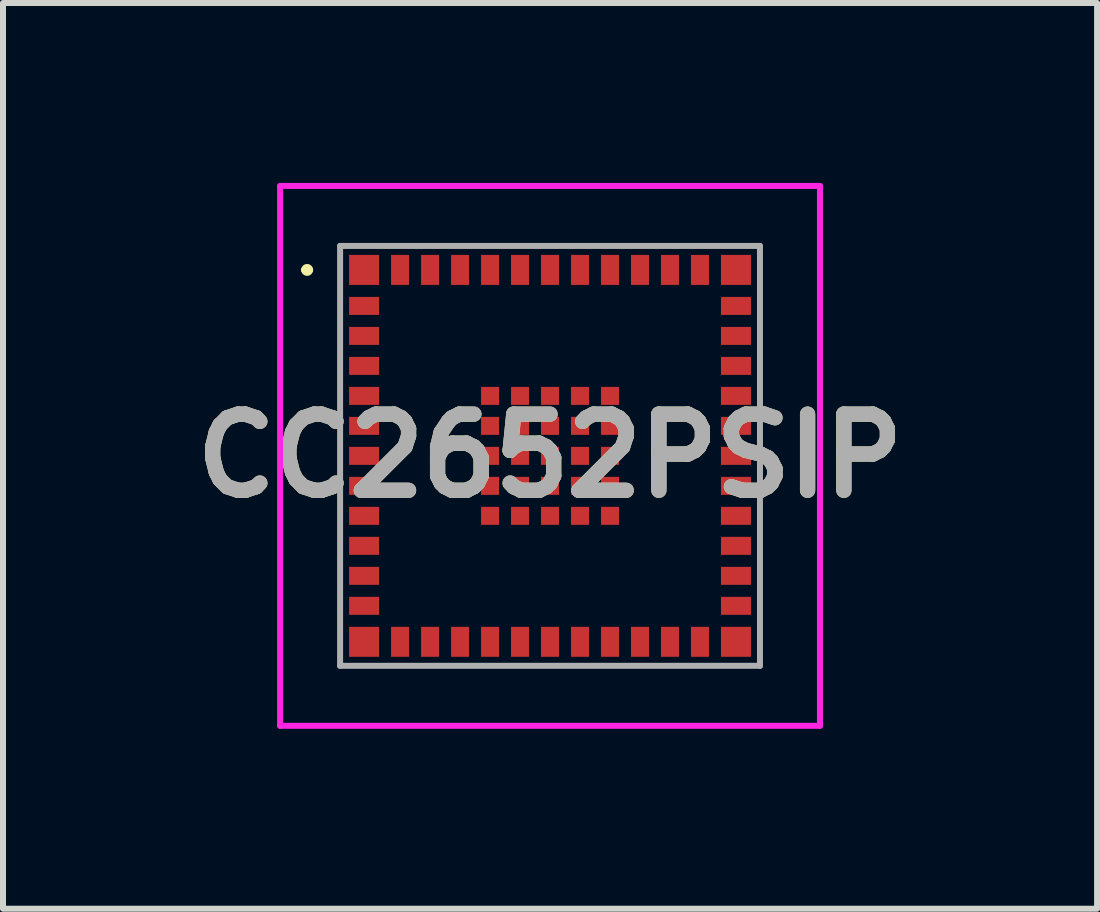
<source format=kicad_pcb>
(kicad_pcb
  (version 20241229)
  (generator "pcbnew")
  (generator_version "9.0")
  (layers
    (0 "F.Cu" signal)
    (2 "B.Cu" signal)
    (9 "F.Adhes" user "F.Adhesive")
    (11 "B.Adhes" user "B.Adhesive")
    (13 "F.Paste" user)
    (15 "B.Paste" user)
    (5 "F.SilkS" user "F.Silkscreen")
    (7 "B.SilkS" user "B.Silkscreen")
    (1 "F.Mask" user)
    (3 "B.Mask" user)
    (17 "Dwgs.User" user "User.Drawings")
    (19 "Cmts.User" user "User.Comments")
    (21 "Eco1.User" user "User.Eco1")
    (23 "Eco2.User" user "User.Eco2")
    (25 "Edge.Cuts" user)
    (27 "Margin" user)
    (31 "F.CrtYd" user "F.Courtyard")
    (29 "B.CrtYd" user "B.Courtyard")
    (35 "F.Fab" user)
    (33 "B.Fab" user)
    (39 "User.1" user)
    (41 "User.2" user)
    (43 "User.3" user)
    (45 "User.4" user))
  (footprint "CC2652PSIP"
    (layer "F.Cu")
    (at 6.12 4.55)
    (property "Reference" "CC2652PSIP" (at 0 0 0) (layer "F.SilkS") (effects (font (size 1.27 1.27) (thickness 0.254))))
    (attr smd)
    (fp_line (start -4.1 -3.1) (end -4.1 -3.1) (stroke (width 0.1) (type solid)) (layer "F.SilkS"))
    (fp_line (start -4 -3.1) (end -4 -3.1) (stroke (width 0.1) (type solid)) (layer "F.SilkS"))
    (fp_arc (start -4.1 -3.1) (mid -4.05 -3.15) (end -4 -3.1) (stroke (width 0.1) (type solid)) (layer "F.SilkS"))
    (fp_arc (start -4 -3.1) (mid -4.05 -3.05) (end -4.1 -3.1) (stroke (width 0.1) (type solid)) (layer "F.SilkS"))
    (fp_line (start -4.5 -4.5) (end 4.5 -4.5) (stroke (width 0.1) (type solid)) (layer "F.CrtYd"))
    (fp_line (start -4.5 4.5) (end -4.5 -4.5) (stroke (width 0.1) (type solid)) (layer "F.CrtYd"))
    (fp_line (start 4.5 -4.5) (end 4.5 4.5) (stroke (width 0.1) (type solid)) (layer "F.CrtYd"))
    (fp_line (start 4.5 4.5) (end -4.5 4.5) (stroke (width 0.1) (type solid)) (layer "F.CrtYd"))
    (fp_line (start -3.5 -3.5) (end 3.5 -3.5) (stroke (width 0.1) (type solid)) (layer "F.Fab"))
    (fp_line (start -3.5 3.5) (end -3.5 -3.5) (stroke (width 0.1) (type solid)) (layer "F.Fab"))
    (fp_line (start 3.5 -3.5) (end 3.5 3.5) (stroke (width 0.1) (type solid)) (layer "F.Fab"))
    (fp_line (start 3.5 3.5) (end -3.5 3.5) (stroke (width 0.1) (type solid)) (layer "F.Fab"))
    (fp_text user "${REFERENCE}" (at 0 0 0) (layer "F.Fab") (effects (font (size 1.27 1.27) (thickness 0.254))))
    (pad "1" smd rect (at -3.1 -3.1 90) (size 0.5 0.5) (layers "F.Cu" "F.Mask" "F.Paste"))
    (pad "2" smd rect (at -3.1 -2.5 90) (size 0.3 0.5) (layers "F.Cu" "F.Mask" "F.Paste"))
    (pad "3" smd rect (at -3.1 -2 90) (size 0.3 0.5) (layers "F.Cu" "F.Mask" "F.Paste"))
    (pad "4" smd rect (at -3.1 -1.5 90) (size 0.3 0.5) (layers "F.Cu" "F.Mask" "F.Paste"))
    (pad "5" smd rect (at -3.1 -1 90) (size 0.3 0.5) (layers "F.Cu" "F.Mask" "F.Paste"))
    (pad "6" smd rect (at -3.1 -0.5 90) (size 0.3 0.5) (layers "F.Cu" "F.Mask" "F.Paste"))
    (pad "7" smd rect (at -3.1 0 90) (size 0.3 0.5) (layers "F.Cu" "F.Mask" "F.Paste"))
    (pad "8" smd rect (at -3.1 0.5 90) (size 0.3 0.5) (layers "F.Cu" "F.Mask" "F.Paste"))
    (pad "9" smd rect (at -3.1 1 90) (size 0.3 0.5) (layers "F.Cu" "F.Mask" "F.Paste"))
    (pad "10" smd rect (at -3.1 1.5 90) (size 0.3 0.5) (layers "F.Cu" "F.Mask" "F.Paste"))
    (pad "11" smd rect (at -3.1 2 90) (size 0.3 0.5) (layers "F.Cu" "F.Mask" "F.Paste"))
    (pad "12" smd rect (at -3.1 2.5 90) (size 0.3 0.5) (layers "F.Cu" "F.Mask" "F.Paste"))
    (pad "13" smd rect (at -3.1 3.1 90) (size 0.5 0.5) (layers "F.Cu" "F.Mask" "F.Paste"))
    (pad "14" smd rect (at -2.5 3.1) (size 0.3 0.5) (layers "F.Cu" "F.Mask" "F.Paste"))
    (pad "15" smd rect (at -2 3.1) (size 0.3 0.5) (layers "F.Cu" "F.Mask" "F.Paste"))
    (pad "16" smd rect (at -1.5 3.1) (size 0.3 0.5) (layers "F.Cu" "F.Mask" "F.Paste"))
    (pad "17" smd rect (at -1 3.1) (size 0.3 0.5) (layers "F.Cu" "F.Mask" "F.Paste"))
    (pad "18" smd rect (at -0.5 3.1) (size 0.3 0.5) (layers "F.Cu" "F.Mask" "F.Paste"))
    (pad "19" smd rect (at 0 3.1) (size 0.3 0.5) (layers "F.Cu" "F.Mask" "F.Paste"))
    (pad "20" smd rect (at 0.5 3.1) (size 0.3 0.5) (layers "F.Cu" "F.Mask" "F.Paste"))
    (pad "21" smd rect (at 1 3.1) (size 0.3 0.5) (layers "F.Cu" "F.Mask" "F.Paste"))
    (pad "22" smd rect (at 1.5 3.1) (size 0.3 0.5) (layers "F.Cu" "F.Mask" "F.Paste"))
    (pad "23" smd rect (at 2 3.1) (size 0.3 0.5) (layers "F.Cu" "F.Mask" "F.Paste"))
    (pad "24" smd rect (at 2.5 3.1) (size 0.3 0.5) (layers "F.Cu" "F.Mask" "F.Paste"))
    (pad "25" smd rect (at 3.1 3.1 90) (size 0.5 0.5) (layers "F.Cu" "F.Mask" "F.Paste"))
    (pad "26" smd rect (at 3.1 2.5 90) (size 0.3 0.5) (layers "F.Cu" "F.Mask" "F.Paste"))
    (pad "27" smd rect (at 3.1 2 90) (size 0.3 0.5) (layers "F.Cu" "F.Mask" "F.Paste"))
    (pad "28" smd rect (at 3.1 1.5 90) (size 0.3 0.5) (layers "F.Cu" "F.Mask" "F.Paste"))
    (pad "29" smd rect (at 3.1 1 90) (size 0.3 0.5) (layers "F.Cu" "F.Mask" "F.Paste"))
    (pad "30" smd rect (at 3.1 0.5 90) (size 0.3 0.5) (layers "F.Cu" "F.Mask" "F.Paste"))
    (pad "31" smd rect (at 3.1 0 90) (size 0.3 0.5) (layers "F.Cu" "F.Mask" "F.Paste"))
    (pad "32" smd rect (at 3.1 -0.5 90) (size 0.3 0.5) (layers "F.Cu" "F.Mask" "F.Paste"))
    (pad "33" smd rect (at 3.1 -1 90) (size 0.3 0.5) (layers "F.Cu" "F.Mask" "F.Paste"))
    (pad "34" smd rect (at 3.1 -1.5 90) (size 0.3 0.5) (layers "F.Cu" "F.Mask" "F.Paste"))
    (pad "35" smd rect (at 3.1 -2 90) (size 0.3 0.5) (layers "F.Cu" "F.Mask" "F.Paste"))
    (pad "36" smd rect (at 3.1 -2.5 90) (size 0.3 0.5) (layers "F.Cu" "F.Mask" "F.Paste"))
    (pad "37" smd rect (at 3.1 -3.1 90) (size 0.5 0.5) (layers "F.Cu" "F.Mask" "F.Paste"))
    (pad "38" smd rect (at 2.5 -3.1) (size 0.3 0.5) (layers "F.Cu" "F.Mask" "F.Paste"))
    (pad "39" smd rect (at 2 -3.1) (size 0.3 0.5) (layers "F.Cu" "F.Mask" "F.Paste"))
    (pad "40" smd rect (at 1.5 -3.1) (size 0.3 0.5) (layers "F.Cu" "F.Mask" "F.Paste"))
    (pad "41" smd rect (at 1 -3.1) (size 0.3 0.5) (layers "F.Cu" "F.Mask" "F.Paste"))
    (pad "42" smd rect (at 0.5 -3.1) (size 0.3 0.5) (layers "F.Cu" "F.Mask" "F.Paste"))
    (pad "43" smd rect (at 0 -3.1) (size 0.3 0.5) (layers "F.Cu" "F.Mask" "F.Paste"))
    (pad "44" smd rect (at -0.5 -3.1) (size 0.3 0.5) (layers "F.Cu" "F.Mask" "F.Paste"))
    (pad "45" smd rect (at -1 -3.1) (size 0.3 0.5) (layers "F.Cu" "F.Mask" "F.Paste"))
    (pad "46" smd rect (at -1.5 -3.1) (size 0.3 0.5) (layers "F.Cu" "F.Mask" "F.Paste"))
    (pad "47" smd rect (at -2 -3.1) (size 0.3 0.5) (layers "F.Cu" "F.Mask" "F.Paste"))
    (pad "48" smd rect (at -2.5 -3.1) (size 0.3 0.5) (layers "F.Cu" "F.Mask" "F.Paste"))
    (pad "49" smd rect (at -1 -1 90) (size 0.3 0.3) (layers "F.Cu" "F.Mask" "F.Paste"))
    (pad "50" smd rect (at -0.5 -1 90) (size 0.3 0.3) (layers "F.Cu" "F.Mask" "F.Paste"))
    (pad "51" smd rect (at 0 -1 90) (size 0.3 0.3) (layers "F.Cu" "F.Mask" "F.Paste"))
    (pad "52" smd rect (at 0.5 -1 90) (size 0.3 0.3) (layers "F.Cu" "F.Mask" "F.Paste"))
    (pad "53" smd rect (at 1 -1 90) (size 0.3 0.3) (layers "F.Cu" "F.Mask" "F.Paste"))
    (pad "54" smd rect (at -1 -0.5 90) (size 0.3 0.3) (layers "F.Cu" "F.Mask" "F.Paste"))
    (pad "55" smd rect (at -0.5 -0.5 90) (size 0.3 0.3) (layers "F.Cu" "F.Mask" "F.Paste"))
    (pad "56" smd rect (at 0 -0.5 90) (size 0.3 0.3) (layers "F.Cu" "F.Mask" "F.Paste"))
    (pad "57" smd rect (at 0.5 -0.5 90) (size 0.3 0.3) (layers "F.Cu" "F.Mask" "F.Paste"))
    (pad "58" smd rect (at 1 -0.5 90) (size 0.3 0.3) (layers "F.Cu" "F.Mask" "F.Paste"))
    (pad "59" smd rect (at -1 0 90) (size 0.3 0.3) (layers "F.Cu" "F.Mask" "F.Paste"))
    (pad "60" smd rect (at -0.5 0 90) (size 0.3 0.3) (layers "F.Cu" "F.Mask" "F.Paste"))
    (pad "61" smd rect (at 0 0 90) (size 0.3 0.3) (layers "F.Cu" "F.Mask" "F.Paste"))
    (pad "62" smd rect (at 0.5 0 90) (size 0.3 0.3) (layers "F.Cu" "F.Mask" "F.Paste"))
    (pad "63" smd rect (at 1 0 90) (size 0.3 0.3) (layers "F.Cu" "F.Mask" "F.Paste"))
    (pad "64" smd rect (at -1 0.5 90) (size 0.3 0.3) (layers "F.Cu" "F.Mask" "F.Paste"))
    (pad "65" smd rect (at -0.5 0.5 90) (size 0.3 0.3) (layers "F.Cu" "F.Mask" "F.Paste"))
    (pad "66" smd rect (at 0 0.5 90) (size 0.3 0.3) (layers "F.Cu" "F.Mask" "F.Paste"))
    (pad "67" smd rect (at 0.5 0.5 90) (size 0.3 0.3) (layers "F.Cu" "F.Mask" "F.Paste"))
    (pad "68" smd rect (at 1 0.5 90) (size 0.3 0.3) (layers "F.Cu" "F.Mask" "F.Paste"))
    (pad "69" smd rect (at -1 1 90) (size 0.3 0.3) (layers "F.Cu" "F.Mask" "F.Paste"))
    (pad "70" smd rect (at -0.5 1 90) (size 0.3 0.3) (layers "F.Cu" "F.Mask" "F.Paste"))
    (pad "71" smd rect (at 0 1 90) (size 0.3 0.3) (layers "F.Cu" "F.Mask" "F.Paste"))
    (pad "72" smd rect (at 0.5 1 90) (size 0.3 0.3) (layers "F.Cu" "F.Mask" "F.Paste"))
    (pad "73" smd rect (at 1 1 90) (size 0.3 0.3) (layers "F.Cu" "F.Mask" "F.Paste")))
  (gr_rect
    (start -3 -3)
    (end 15.24 12.1)
    (stroke (width 0.1) (type default))
    (fill no)
    (layer "Edge.Cuts")))
</source>
